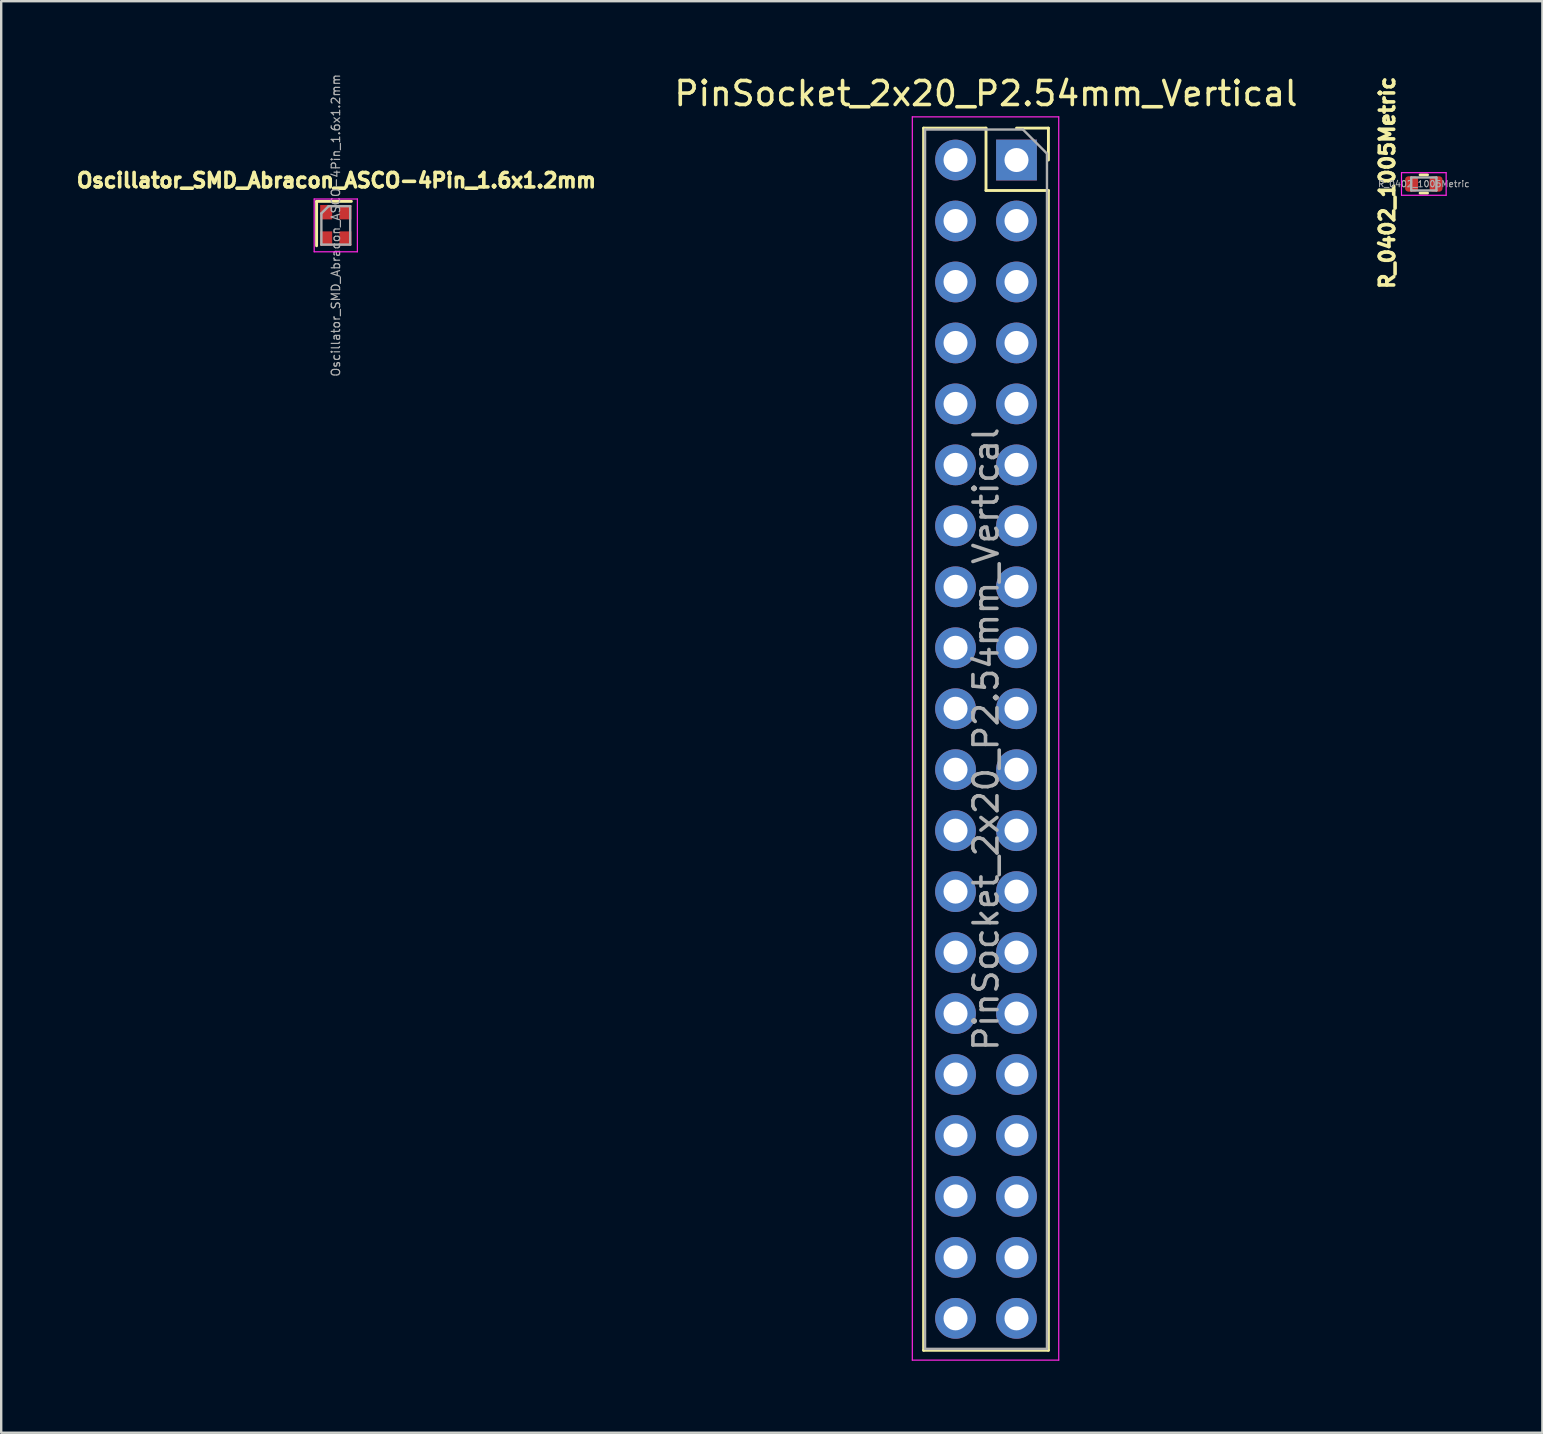
<source format=kicad_pcb>
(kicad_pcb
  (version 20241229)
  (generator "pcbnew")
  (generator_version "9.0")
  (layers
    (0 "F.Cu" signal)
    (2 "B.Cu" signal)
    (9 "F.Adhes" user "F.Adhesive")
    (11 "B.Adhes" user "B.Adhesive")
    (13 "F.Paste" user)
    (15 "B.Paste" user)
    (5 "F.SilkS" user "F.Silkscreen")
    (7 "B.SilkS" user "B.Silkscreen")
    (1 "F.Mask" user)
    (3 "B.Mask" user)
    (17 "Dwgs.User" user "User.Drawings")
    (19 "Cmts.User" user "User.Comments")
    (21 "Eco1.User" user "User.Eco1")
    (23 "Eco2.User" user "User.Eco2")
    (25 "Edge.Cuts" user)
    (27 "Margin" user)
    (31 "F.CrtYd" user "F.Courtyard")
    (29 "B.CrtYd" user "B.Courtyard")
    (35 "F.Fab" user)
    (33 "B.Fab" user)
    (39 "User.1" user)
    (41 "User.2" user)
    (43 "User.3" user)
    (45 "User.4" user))
  (footprint "Oscillator_SMD_Abracon_ASCO-4Pin_1.6x1.2mm"
    (layer "F.Cu")
    (at 10.94 6.34)
    (property "Reference" "Oscillator_SMD_Abracon_ASCO-4Pin_1.6x1.2mm" (at 0.025 -1.875 0) (layer "F.SilkS") (effects (font (size 0.6 0.6) (thickness 0.15))))
    (attr smd)
    (fp_line (start -0.8 -1) (end -0.8 0.85) (stroke (width 0.12) (type solid)) (layer "F.SilkS"))
    (fp_line (start 0.65 -1) (end -0.8 -1) (stroke (width 0.12) (type solid)) (layer "F.SilkS"))
    (fp_line (start -0.9 -1.1) (end -0.9 1.1) (stroke (width 0.05) (type solid)) (layer "F.CrtYd"))
    (fp_line (start -0.9 1.1) (end 0.9 1.1) (stroke (width 0.05) (type solid)) (layer "F.CrtYd"))
    (fp_line (start 0.9 -1.1) (end -0.9 -1.1) (stroke (width 0.05) (type solid)) (layer "F.CrtYd"))
    (fp_line (start 0.9 1.1) (end 0.9 -1.1) (stroke (width 0.05) (type solid)) (layer "F.CrtYd"))
    (fp_line (start -0.6 0.8) (end -0.6 -0.5) (stroke (width 0.1) (type solid)) (layer "F.Fab"))
    (fp_line (start -0.3 -0.8) (end -0.6 -0.5) (stroke (width 0.1) (type solid)) (layer "F.Fab"))
    (fp_line (start -0.3 -0.8) (end 0.6 -0.8) (stroke (width 0.1) (type solid)) (layer "F.Fab"))
    (fp_line (start 0.6 -0.8) (end 0.6 0.8) (stroke (width 0.1) (type solid)) (layer "F.Fab"))
    (fp_line (start 0.6 0.8) (end -0.6 0.8) (stroke (width 0.1) (type solid)) (layer "F.Fab"))
    (fp_text user "${REFERENCE}" (at 0 0 90) (layer "F.Fab") (effects (font (size 0.35 0.35) (thickness 0.05))))
    (pad "1" smd rect (at -0.4 -0.55) (size 0.5 0.6) (layers "F.Cu" "F.Mask" "F.Paste"))
    (pad "2" smd rect (at -0.4 0.55) (size 0.5 0.6) (layers "F.Cu" "F.Mask" "F.Paste"))
    (pad "3" smd rect (at 0.4 0.55) (size 0.5 0.6) (layers "F.Cu" "F.Mask" "F.Paste"))
    (pad "4" smd rect (at 0.4 -0.55) (size 0.5 0.6) (layers "F.Cu" "F.Mask" "F.Paste")))
  (footprint "PinSocket_2x20_P2.54mm_Vertical"
    (layer "F.Cu")
    (at 39.301 3.618)
    (property "Reference" "PinSocket_2x20_P2.54mm_Vertical" (at -1.27 -2.77 180) (layer "F.SilkS") (effects (font (size 1 1) (thickness 0.15))))
    (attr through_hole)
    (fp_line (start -3.87 -1.33) (end -3.87 49.59) (stroke (width 0.12) (type solid)) (layer "F.SilkS"))
    (fp_line (start -3.87 -1.33) (end -1.27 -1.33) (stroke (width 0.12) (type solid)) (layer "F.SilkS"))
    (fp_line (start -3.87 49.59) (end 1.33 49.59) (stroke (width 0.12) (type solid)) (layer "F.SilkS"))
    (fp_line (start -1.27 -1.33) (end -1.27 1.27) (stroke (width 0.12) (type solid)) (layer "F.SilkS"))
    (fp_line (start -1.27 1.27) (end 1.33 1.27) (stroke (width 0.12) (type solid)) (layer "F.SilkS"))
    (fp_line (start 0 -1.33) (end 1.33 -1.33) (stroke (width 0.12) (type solid)) (layer "F.SilkS"))
    (fp_line (start 1.33 -1.33) (end 1.33 0) (stroke (width 0.12) (type solid)) (layer "F.SilkS"))
    (fp_line (start 1.33 1.27) (end 1.33 49.59) (stroke (width 0.12) (type solid)) (layer "F.SilkS"))
    (fp_line (start -4.34 -1.8) (end 1.76 -1.8) (stroke (width 0.05) (type solid)) (layer "F.CrtYd"))
    (fp_line (start -4.34 50) (end -4.34 -1.8) (stroke (width 0.05) (type solid)) (layer "F.CrtYd"))
    (fp_line (start 1.76 -1.8) (end 1.76 50) (stroke (width 0.05) (type solid)) (layer "F.CrtYd"))
    (fp_line (start 1.76 50) (end -4.34 50) (stroke (width 0.05) (type solid)) (layer "F.CrtYd"))
    (fp_line (start -3.81 -1.27) (end 0.27 -1.27) (stroke (width 0.1) (type solid)) (layer "F.Fab"))
    (fp_line (start -3.81 49.53) (end -3.81 -1.27) (stroke (width 0.1) (type solid)) (layer "F.Fab"))
    (fp_line (start 0.27 -1.27) (end 1.27 -0.27) (stroke (width 0.1) (type solid)) (layer "F.Fab"))
    (fp_line (start 1.27 -0.27) (end 1.27 49.53) (stroke (width 0.1) (type solid)) (layer "F.Fab"))
    (fp_line (start 1.27 49.53) (end -3.81 49.53) (stroke (width 0.1) (type solid)) (layer "F.Fab"))
    (fp_text user "${REFERENCE}" (at -1.27 24.13 270) (layer "F.Fab") (effects (font (size 1 1) (thickness 0.15))))
    (pad "1" thru_hole rect (at 0 0 180) (size 1.7 1.7) (drill 1) (layers "*.Cu" "*.Mask"))
    (pad "2" thru_hole oval (at -2.54 0 180) (size 1.7 1.7) (drill 1) (layers "*.Cu" "*.Mask"))
    (pad "3" thru_hole oval (at 0 2.54 180) (size 1.7 1.7) (drill 1) (layers "*.Cu" "*.Mask"))
    (pad "4" thru_hole oval (at -2.54 2.54 180) (size 1.7 1.7) (drill 1) (layers "*.Cu" "*.Mask"))
    (pad "5" thru_hole oval (at 0 5.08 180) (size 1.7 1.7) (drill 1) (layers "*.Cu" "*.Mask"))
    (pad "6" thru_hole oval (at -2.54 5.08 180) (size 1.7 1.7) (drill 1) (layers "*.Cu" "*.Mask"))
    (pad "7" thru_hole oval (at 0 7.62 180) (size 1.7 1.7) (drill 1) (layers "*.Cu" "*.Mask"))
    (pad "8" thru_hole oval (at -2.54 7.62 180) (size 1.7 1.7) (drill 1) (layers "*.Cu" "*.Mask"))
    (pad "9" thru_hole oval (at 0 10.16 180) (size 1.7 1.7) (drill 1) (layers "*.Cu" "*.Mask"))
    (pad "10" thru_hole oval (at -2.54 10.16 180) (size 1.7 1.7) (drill 1) (layers "*.Cu" "*.Mask"))
    (pad "11" thru_hole oval (at 0 12.7 180) (size 1.7 1.7) (drill 1) (layers "*.Cu" "*.Mask"))
    (pad "12" thru_hole oval (at -2.54 12.7 180) (size 1.7 1.7) (drill 1) (layers "*.Cu" "*.Mask"))
    (pad "13" thru_hole oval (at 0 15.24 180) (size 1.7 1.7) (drill 1) (layers "*.Cu" "*.Mask"))
    (pad "14" thru_hole oval (at -2.54 15.24 180) (size 1.7 1.7) (drill 1) (layers "*.Cu" "*.Mask"))
    (pad "15" thru_hole oval (at 0 17.78 180) (size 1.7 1.7) (drill 1) (layers "*.Cu" "*.Mask"))
    (pad "16" thru_hole oval (at -2.54 17.78 180) (size 1.7 1.7) (drill 1) (layers "*.Cu" "*.Mask"))
    (pad "17" thru_hole oval (at 0 20.32 180) (size 1.7 1.7) (drill 1) (layers "*.Cu" "*.Mask"))
    (pad "18" thru_hole oval (at -2.54 20.32 180) (size 1.7 1.7) (drill 1) (layers "*.Cu" "*.Mask"))
    (pad "19" thru_hole oval (at 0 22.86 180) (size 1.7 1.7) (drill 1) (layers "*.Cu" "*.Mask"))
    (pad "20" thru_hole oval (at -2.54 22.86 180) (size 1.7 1.7) (drill 1) (layers "*.Cu" "*.Mask"))
    (pad "21" thru_hole oval (at 0 25.4 180) (size 1.7 1.7) (drill 1) (layers "*.Cu" "*.Mask"))
    (pad "22" thru_hole oval (at -2.54 25.4 180) (size 1.7 1.7) (drill 1) (layers "*.Cu" "*.Mask"))
    (pad "23" thru_hole oval (at 0 27.94 180) (size 1.7 1.7) (drill 1) (layers "*.Cu" "*.Mask"))
    (pad "24" thru_hole oval (at -2.54 27.94 180) (size 1.7 1.7) (drill 1) (layers "*.Cu" "*.Mask"))
    (pad "25" thru_hole oval (at 0 30.48 180) (size 1.7 1.7) (drill 1) (layers "*.Cu" "*.Mask"))
    (pad "26" thru_hole oval (at -2.54 30.48 180) (size 1.7 1.7) (drill 1) (layers "*.Cu" "*.Mask"))
    (pad "27" thru_hole oval (at 0 33.02 180) (size 1.7 1.7) (drill 1) (layers "*.Cu" "*.Mask"))
    (pad "28" thru_hole oval (at -2.54 33.02 180) (size 1.7 1.7) (drill 1) (layers "*.Cu" "*.Mask"))
    (pad "29" thru_hole oval (at 0 35.56 180) (size 1.7 1.7) (drill 1) (layers "*.Cu" "*.Mask"))
    (pad "30" thru_hole oval (at -2.54 35.56 180) (size 1.7 1.7) (drill 1) (layers "*.Cu" "*.Mask"))
    (pad "31" thru_hole oval (at 0 38.1 180) (size 1.7 1.7) (drill 1) (layers "*.Cu" "*.Mask"))
    (pad "32" thru_hole oval (at -2.54 38.1 180) (size 1.7 1.7) (drill 1) (layers "*.Cu" "*.Mask"))
    (pad "33" thru_hole oval (at 0 40.64 180) (size 1.7 1.7) (drill 1) (layers "*.Cu" "*.Mask"))
    (pad "34" thru_hole oval (at -2.54 40.64 180) (size 1.7 1.7) (drill 1) (layers "*.Cu" "*.Mask"))
    (pad "35" thru_hole oval (at 0 43.18 180) (size 1.7 1.7) (drill 1) (layers "*.Cu" "*.Mask"))
    (pad "36" thru_hole oval (at -2.54 43.18 180) (size 1.7 1.7) (drill 1) (layers "*.Cu" "*.Mask"))
    (pad "37" thru_hole oval (at 0 45.72 180) (size 1.7 1.7) (drill 1) (layers "*.Cu" "*.Mask"))
    (pad "38" thru_hole oval (at -2.54 45.72 180) (size 1.7 1.7) (drill 1) (layers "*.Cu" "*.Mask"))
    (pad "39" thru_hole oval (at 0 48.26 180) (size 1.7 1.7) (drill 1) (layers "*.Cu" "*.Mask"))
    (pad "40" thru_hole oval (at -2.54 48.26 180) (size 1.7 1.7) (drill 1) (layers "*.Cu" "*.Mask")))
  (footprint "R_0402_1005Metric"
    (layer "F.Cu")
    (at 56.272 4.615)
    (property "Reference" "R_0402_1005Metric" (at -1.525 -0.05 270) (layer "F.SilkS") (effects (font (size 0.6 0.6) (thickness 0.15))))
    (attr smd)
    (fp_line (start -0.154 -0.38) (end 0.154 -0.38) (stroke (width 0.12) (type solid)) (layer "F.SilkS"))
    (fp_line (start -0.154 0.38) (end 0.154 0.38) (stroke (width 0.12) (type solid)) (layer "F.SilkS"))
    (fp_line (start -0.93 -0.47) (end 0.93 -0.47) (stroke (width 0.05) (type solid)) (layer "F.CrtYd"))
    (fp_line (start -0.93 0.47) (end -0.93 -0.47) (stroke (width 0.05) (type solid)) (layer "F.CrtYd"))
    (fp_line (start 0.93 -0.47) (end 0.93 0.47) (stroke (width 0.05) (type solid)) (layer "F.CrtYd"))
    (fp_line (start 0.93 0.47) (end -0.93 0.47) (stroke (width 0.05) (type solid)) (layer "F.CrtYd"))
    (fp_line (start -0.525 -0.27) (end 0.525 -0.27) (stroke (width 0.1) (type solid)) (layer "F.Fab"))
    (fp_line (start -0.525 0.27) (end -0.525 -0.27) (stroke (width 0.1) (type solid)) (layer "F.Fab"))
    (fp_line (start 0.525 -0.27) (end 0.525 0.27) (stroke (width 0.1) (type solid)) (layer "F.Fab"))
    (fp_line (start 0.525 0.27) (end -0.525 0.27) (stroke (width 0.1) (type solid)) (layer "F.Fab"))
    (fp_text user "${REFERENCE}" (at 0 0 180) (layer "F.Fab") (effects (font (size 0.26 0.26) (thickness 0.04))))
    (pad "1" smd roundrect (at -0.51 0) (size 0.54 0.64) (layers "F.Cu" "F.Mask" "F.Paste") (roundrect_rratio 0.25))
    (pad "2" smd roundrect (at 0.51 0) (size 0.54 0.64) (layers "F.Cu" "F.Mask" "F.Paste") (roundrect_rratio 0.25)))
  (gr_rect
    (start -3 -3)
    (end 61.212 56.643)
    (stroke (width 0.1) (type default))
    (fill no)
    (layer "Edge.Cuts")))
</source>
